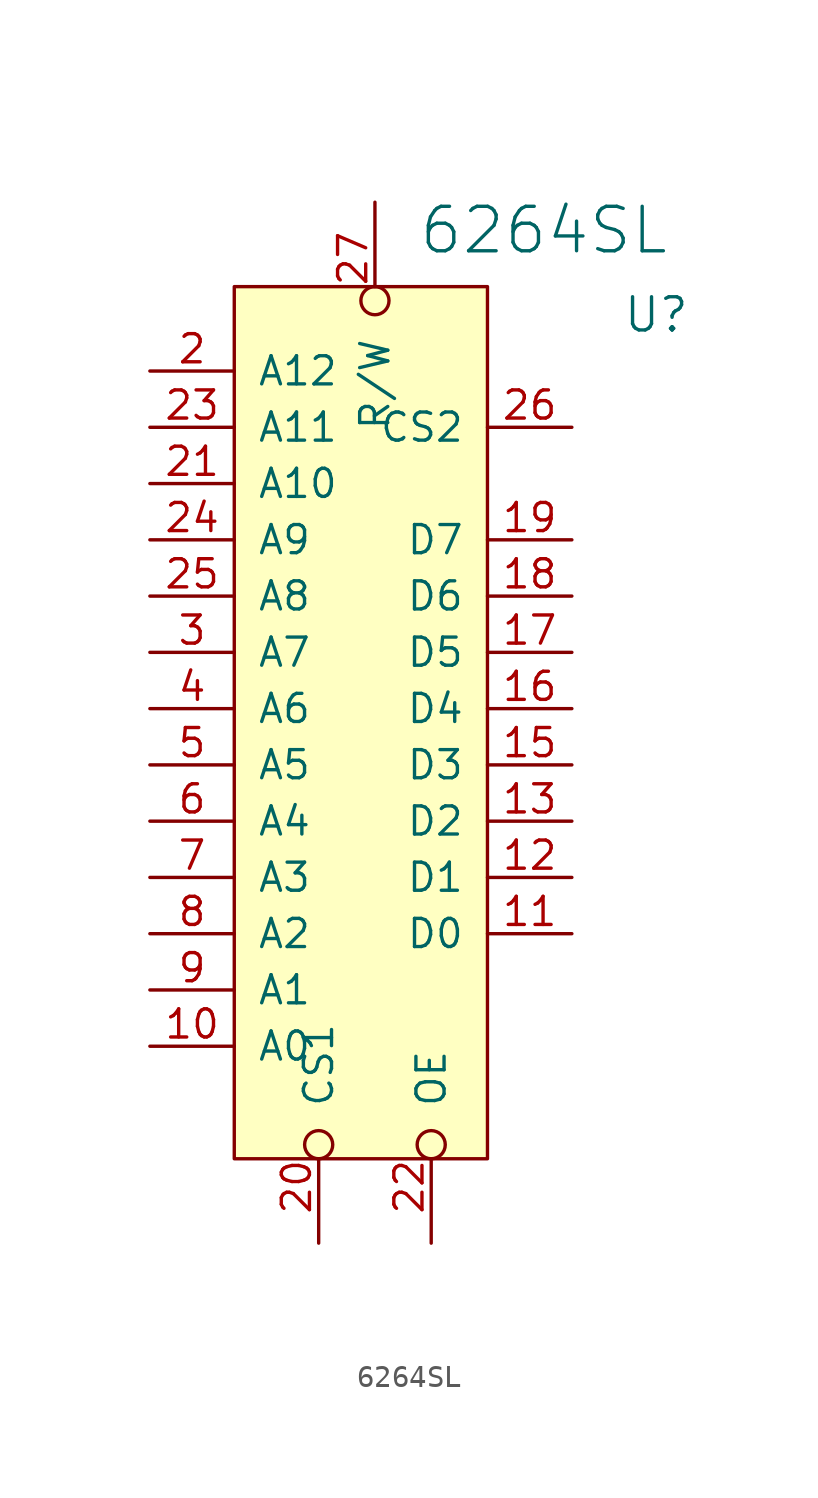
<source format=kicad_sym>
(kicad_symbol_lib
  (version 20211014)
  (generator kicad_symbol_editor)
  (symbol "6264SL"
    (pin_names
      (offset 1.016))
    (property "Reference" "U"
      (at 19.05 -1.27 0)
      (effects (font (size 1.499 1.499))))
    (property "Value" "6264SL"
      (at 13.97 2.54 0)
      (effects (font (size 2.007 2.007))))
    (symbol "6264SL_0_0"
      (rectangle (start 0 0) (end 11.43 -39.37) (stroke (width 0) (type default) (color 0 0 0 0)) (fill (type background))))
    (symbol "6264SL_1_1"
      (pin input line (at -3.81 -34.29 0) (length 3.81) (name "A0" (effects (font (size 1.27 1.27)))) (number "10" (effects (font (size 1.27 1.27)))))
      (pin input line (at 15.24 -29.21 180) (length 3.81) (name "D0" (effects (font (size 1.27 1.27)))) (number "11" (effects (font (size 1.27 1.27)))))
      (pin input line (at 15.24 -26.67 180) (length 3.81) (name "D1" (effects (font (size 1.27 1.27)))) (number "12" (effects (font (size 1.27 1.27)))))
      (pin input line (at 15.24 -24.13 180) (length 3.81) (name "D2" (effects (font (size 1.27 1.27)))) (number "13" (effects (font (size 1.27 1.27)))))
      (pin input line (at 15.24 -21.59 180) (length 3.81) (name "D3" (effects (font (size 1.27 1.27)))) (number "15" (effects (font (size 1.27 1.27)))))
      (pin input line (at 15.24 -19.05 180) (length 3.81) (name "D4" (effects (font (size 1.27 1.27)))) (number "16" (effects (font (size 1.27 1.27)))))
      (pin input line (at 15.24 -16.51 180) (length 3.81) (name "D5" (effects (font (size 1.27 1.27)))) (number "17" (effects (font (size 1.27 1.27)))))
      (pin input line (at 15.24 -13.97 180) (length 3.81) (name "D6" (effects (font (size 1.27 1.27)))) (number "18" (effects (font (size 1.27 1.27)))))
      (pin input line (at 15.24 -11.43 180) (length 3.81) (name "D7" (effects (font (size 1.27 1.27)))) (number "19" (effects (font (size 1.27 1.27)))))
      (pin input line (at -3.81 -3.81 0) (length 3.81) (name "A12" (effects (font (size 1.27 1.27)))) (number "2" (effects (font (size 1.27 1.27)))))
      (pin input inverted (at 3.81 -43.18 90) (length 5.08) (name "CS1" (effects (font (size 1.27 1.27)))) (number "20" (effects (font (size 1.27 1.27)))))
      (pin input line (at -3.81 -8.89 0) (length 3.81) (name "A10" (effects (font (size 1.27 1.27)))) (number "21" (effects (font (size 1.27 1.27)))))
      (pin input inverted (at 8.89 -43.18 90) (length 5.08) (name "OE" (effects (font (size 1.27 1.27)))) (number "22" (effects (font (size 1.27 1.27)))))
      (pin input line (at -3.81 -6.35 0) (length 3.81) (name "A11" (effects (font (size 1.27 1.27)))) (number "23" (effects (font (size 1.27 1.27)))))
      (pin input line (at -3.81 -11.43 0) (length 3.81) (name "A9" (effects (font (size 1.27 1.27)))) (number "24" (effects (font (size 1.27 1.27)))))
      (pin input line (at -3.81 -13.97 0) (length 3.81) (name "A8" (effects (font (size 1.27 1.27)))) (number "25" (effects (font (size 1.27 1.27)))))
      (pin input line (at 15.24 -6.35 180) (length 3.81) (name "CS2" (effects (font (size 1.27 1.27)))) (number "26" (effects (font (size 1.27 1.27)))))
      (pin input inverted (at 6.35 3.81 270) (length 5.08) (name "R/W" (effects (font (size 1.27 1.27)))) (number "27" (effects (font (size 1.27 1.27)))))
      (pin input line (at -3.81 -16.51 0) (length 3.81) (name "A7" (effects (font (size 1.27 1.27)))) (number "3" (effects (font (size 1.27 1.27)))))
      (pin input line (at -3.81 -19.05 0) (length 3.81) (name "A6" (effects (font (size 1.27 1.27)))) (number "4" (effects (font (size 1.27 1.27)))))
      (pin input line (at -3.81 -21.59 0) (length 3.81) (name "A5" (effects (font (size 1.27 1.27)))) (number "5" (effects (font (size 1.27 1.27)))))
      (pin input line (at -3.81 -24.13 0) (length 3.81) (name "A4" (effects (font (size 1.27 1.27)))) (number "6" (effects (font (size 1.27 1.27)))))
      (pin input line (at -3.81 -26.67 0) (length 3.81) (name "A3" (effects (font (size 1.27 1.27)))) (number "7" (effects (font (size 1.27 1.27)))))
      (pin input line (at -3.81 -29.21 0) (length 3.81) (name "A2" (effects (font (size 1.27 1.27)))) (number "8" (effects (font (size 1.27 1.27)))))
      (pin input line (at -3.81 -31.75 0) (length 3.81) (name "A1" (effects (font (size 1.27 1.27)))) (number "9" (effects (font (size 1.27 1.27))))))))
</source>
